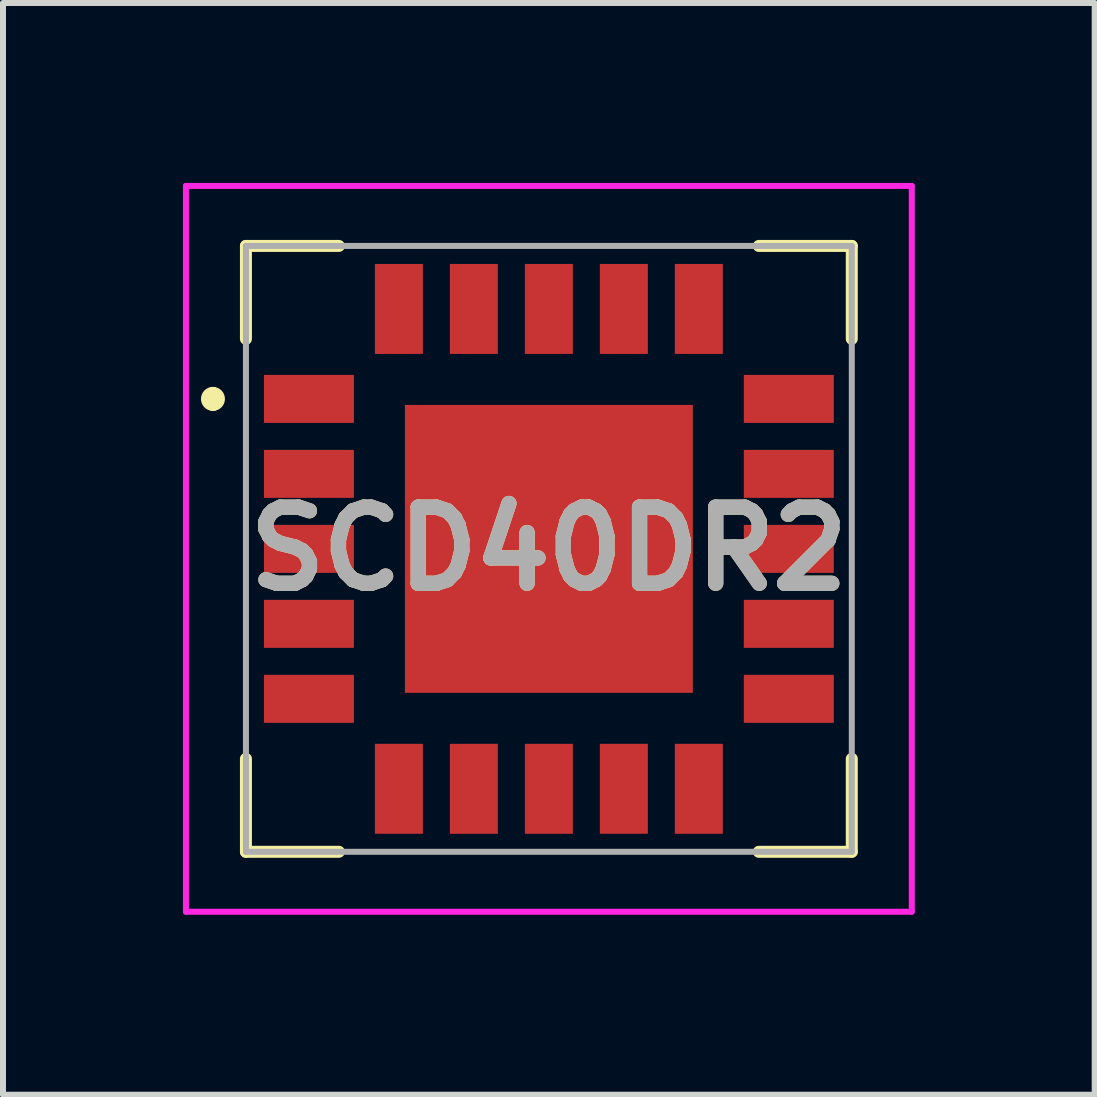
<source format=kicad_pcb>
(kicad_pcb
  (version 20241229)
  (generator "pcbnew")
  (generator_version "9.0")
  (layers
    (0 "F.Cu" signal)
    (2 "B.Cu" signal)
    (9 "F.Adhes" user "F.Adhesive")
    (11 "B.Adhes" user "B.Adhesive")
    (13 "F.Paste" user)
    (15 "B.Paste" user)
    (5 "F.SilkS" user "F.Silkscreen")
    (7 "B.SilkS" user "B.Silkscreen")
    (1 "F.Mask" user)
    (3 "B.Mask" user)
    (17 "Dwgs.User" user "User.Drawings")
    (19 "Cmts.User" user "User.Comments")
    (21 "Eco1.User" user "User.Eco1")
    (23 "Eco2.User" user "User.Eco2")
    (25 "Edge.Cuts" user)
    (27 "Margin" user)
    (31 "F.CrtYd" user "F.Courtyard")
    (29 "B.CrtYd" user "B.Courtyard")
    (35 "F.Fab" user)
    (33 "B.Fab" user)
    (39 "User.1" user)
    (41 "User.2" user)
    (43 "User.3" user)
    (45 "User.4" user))
  (footprint "SCD40DR2"
    (layer "F.Cu")
    (at 6.1 6.1)
    (property "Reference" "SCD40DR2" (at 0 0 0) (layer "F.SilkS") (effects (font (size 1.27 1.27) (thickness 0.254))))
    (attr smd)
    (fp_line (start -5.6 -2.6) (end -5.6 -2.6) (stroke (width 0.2) (type solid)) (layer "F.SilkS"))
    (fp_line (start -5.6 -2.4) (end -5.6 -2.4) (stroke (width 0.2) (type solid)) (layer "F.SilkS"))
    (fp_line (start -5.05 -5.05) (end -5.05 -3.5) (stroke (width 0.2) (type solid)) (layer "F.SilkS"))
    (fp_line (start -5.05 5.05) (end -5.05 3.5) (stroke (width 0.2) (type solid)) (layer "F.SilkS"))
    (fp_line (start -3.5 -5.05) (end -5.05 -5.05) (stroke (width 0.2) (type solid)) (layer "F.SilkS"))
    (fp_line (start -3.5 5.05) (end -5.05 5.05) (stroke (width 0.2) (type solid)) (layer "F.SilkS"))
    (fp_line (start 3.5 -5.05) (end 5.05 -5.05) (stroke (width 0.2) (type solid)) (layer "F.SilkS"))
    (fp_line (start 3.5 5.05) (end 5.05 5.05) (stroke (width 0.2) (type solid)) (layer "F.SilkS"))
    (fp_line (start 5.05 -5.05) (end 5.05 -3.5) (stroke (width 0.2) (type solid)) (layer "F.SilkS"))
    (fp_line (start 5.05 5.05) (end 5.05 3.5) (stroke (width 0.2) (type solid)) (layer "F.SilkS"))
    (fp_arc (start -5.6 -2.6) (mid -5.5 -2.5) (end -5.6 -2.4) (stroke (width 0.2) (type solid)) (layer "F.SilkS"))
    (fp_arc (start -5.6 -2.4) (mid -5.7 -2.5) (end -5.6 -2.6) (stroke (width 0.2) (type solid)) (layer "F.SilkS"))
    (fp_line (start -6.05 -6.05) (end 6.05 -6.05) (stroke (width 0.1) (type solid)) (layer "F.CrtYd"))
    (fp_line (start -6.05 6.05) (end -6.05 -6.05) (stroke (width 0.1) (type solid)) (layer "F.CrtYd"))
    (fp_line (start 6.05 -6.05) (end 6.05 6.05) (stroke (width 0.1) (type solid)) (layer "F.CrtYd"))
    (fp_line (start 6.05 6.05) (end -6.05 6.05) (stroke (width 0.1) (type solid)) (layer "F.CrtYd"))
    (fp_line (start -5.05 -5.05) (end 5.05 -5.05) (stroke (width 0.1) (type solid)) (layer "F.Fab"))
    (fp_line (start -5.05 5.05) (end -5.05 -5.05) (stroke (width 0.1) (type solid)) (layer "F.Fab"))
    (fp_line (start 5.05 -5.05) (end 5.05 5.05) (stroke (width 0.1) (type solid)) (layer "F.Fab"))
    (fp_line (start 5.05 5.05) (end -5.05 5.05) (stroke (width 0.1) (type solid)) (layer "F.Fab"))
    (fp_text user "${REFERENCE}" (at 0 0 0) (layer "F.Fab") (effects (font (size 1.27 1.27) (thickness 0.254))))
    (pad "1" smd rect (at -4 -2.5 90) (size 0.8 1.5) (layers "F.Cu" "F.Mask" "F.Paste"))
    (pad "2" smd rect (at -4 -1.25 90) (size 0.8 1.5) (layers "F.Cu" "F.Mask" "F.Paste"))
    (pad "3" smd rect (at -4 0 90) (size 0.8 1.5) (layers "F.Cu" "F.Mask" "F.Paste"))
    (pad "4" smd rect (at -4 1.25 90) (size 0.8 1.5) (layers "F.Cu" "F.Mask" "F.Paste"))
    (pad "5" smd rect (at -4 2.5 90) (size 0.8 1.5) (layers "F.Cu" "F.Mask" "F.Paste"))
    (pad "6" smd rect (at -2.5 4) (size 0.8 1.5) (layers "F.Cu" "F.Mask" "F.Paste"))
    (pad "7" smd rect (at -1.25 4) (size 0.8 1.5) (layers "F.Cu" "F.Mask" "F.Paste"))
    (pad "8" smd rect (at 0 4) (size 0.8 1.5) (layers "F.Cu" "F.Mask" "F.Paste"))
    (pad "9" smd rect (at 1.25 4) (size 0.8 1.5) (layers "F.Cu" "F.Mask" "F.Paste"))
    (pad "10" smd rect (at 2.5 4) (size 0.8 1.5) (layers "F.Cu" "F.Mask" "F.Paste"))
    (pad "11" smd rect (at 4 2.5 90) (size 0.8 1.5) (layers "F.Cu" "F.Mask" "F.Paste"))
    (pad "12" smd rect (at 4 1.25 90) (size 0.8 1.5) (layers "F.Cu" "F.Mask" "F.Paste"))
    (pad "13" smd rect (at 4 0 90) (size 0.8 1.5) (layers "F.Cu" "F.Mask" "F.Paste"))
    (pad "14" smd rect (at 4 -1.25 90) (size 0.8 1.5) (layers "F.Cu" "F.Mask" "F.Paste"))
    (pad "15" smd rect (at 4 -2.5 90) (size 0.8 1.5) (layers "F.Cu" "F.Mask" "F.Paste"))
    (pad "16" smd rect (at 2.5 -4) (size 0.8 1.5) (layers "F.Cu" "F.Mask" "F.Paste"))
    (pad "17" smd rect (at 1.25 -4) (size 0.8 1.5) (layers "F.Cu" "F.Mask" "F.Paste"))
    (pad "18" smd rect (at 0 -4) (size 0.8 1.5) (layers "F.Cu" "F.Mask" "F.Paste"))
    (pad "19" smd rect (at -1.25 -4) (size 0.8 1.5) (layers "F.Cu" "F.Mask" "F.Paste"))
    (pad "20" smd rect (at -2.5 -4) (size 0.8 1.5) (layers "F.Cu" "F.Mask" "F.Paste"))
    (pad "21" smd rect (at 0 0) (size 4.8 4.8) (layers "F.Cu" "F.Mask" "F.Paste")))
  (gr_rect
    (start -3 -3)
    (end 15.2 15.2)
    (stroke (width 0.1) (type default))
    (fill no)
    (layer "Edge.Cuts")))
</source>
